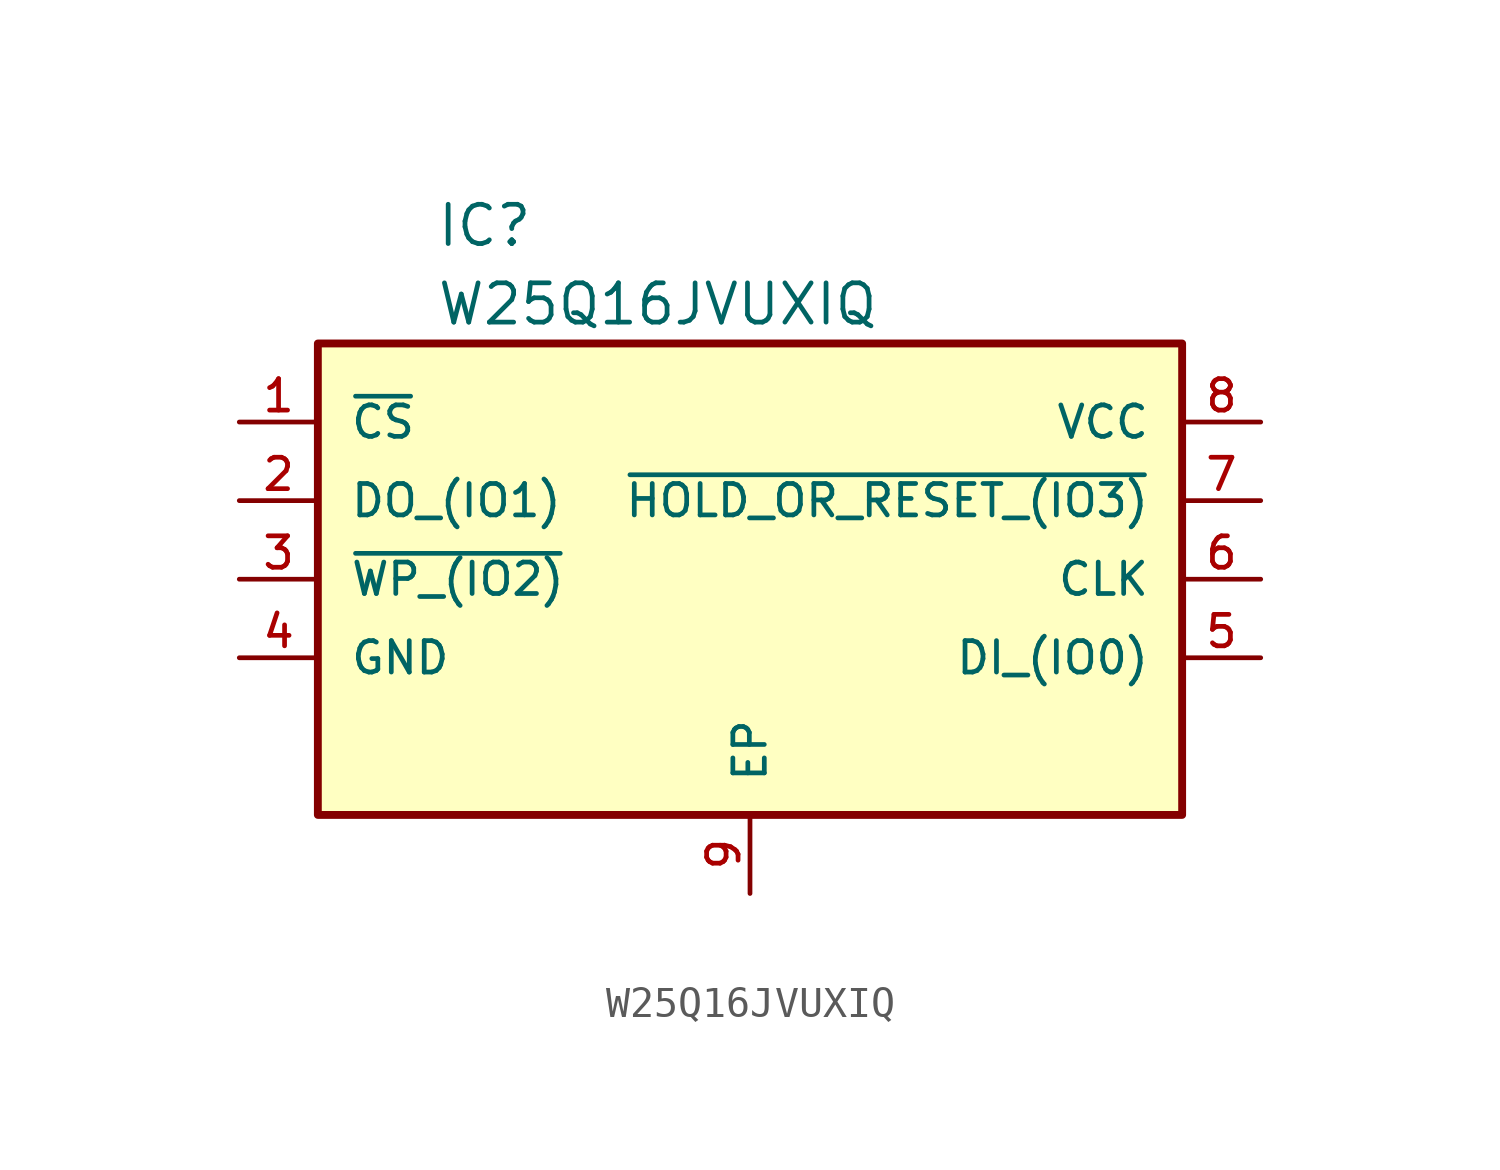
<source format=kicad_sym>
(kicad_symbol_lib
  (version 20231120)
  (generator "kicad_symbol_editor")
  (generator_version "8.0")
  (symbol "W25Q16JVUXIQ"
    (pin_names
      (offset 1.016))
    (property "Reference" "IC"
      (at 8.89 6.35 0)
      (effects (font (size 1.27 1.27)) (justify left)))
    (property "Value" "W25Q16JVUXIQ"
      (at 8.89 3.81 0)
      (effects (font (size 1.27 1.27)) (justify left)))
    (symbol "W25Q16JVUXIQ_0_0"
      (rectangle (start 5.08 2.54) (end 33.02 -12.7) (stroke (width 0.254) (type default)) (fill (type background))))
    (symbol "W25Q16JVUXIQ_1_0"
      (pin bidirectional line (at 2.54 0 0) (length 2.54) (name "~{CS}" (effects (font (size 1.016 1.016)))) (number "1" (effects (font (size 1.016 1.016)))))
      (pin bidirectional line (at 2.54 -2.54 0) (length 2.54) (name "DO_(IO1)" (effects (font (size 1.016 1.016)))) (number "2" (effects (font (size 1.016 1.016)))))
      (pin bidirectional line (at 2.54 -5.08 0) (length 2.54) (name "~{WP_(IO2)}" (effects (font (size 1.016 1.016)))) (number "3" (effects (font (size 1.016 1.016)))))
      (pin bidirectional line (at 2.54 -7.62 0) (length 2.54) (name "GND" (effects (font (size 1.016 1.016)))) (number "4" (effects (font (size 1.016 1.016)))))
      (pin bidirectional line (at 35.56 -7.62 180) (length 2.54) (name "DI_(IO0)" (effects (font (size 1.016 1.016)))) (number "5" (effects (font (size 1.016 1.016)))))
      (pin bidirectional line (at 35.56 -5.08 180) (length 2.54) (name "CLK" (effects (font (size 1.016 1.016)))) (number "6" (effects (font (size 1.016 1.016)))))
      (pin bidirectional line (at 35.56 -2.54 180) (length 2.54) (name "~{HOLD_OR_RESET_(IO3)}" (effects (font (size 1.016 1.016)))) (number "7" (effects (font (size 1.016 1.016)))))
      (pin bidirectional line (at 35.56 0 180) (length 2.54) (name "VCC" (effects (font (size 1.016 1.016)))) (number "8" (effects (font (size 1.016 1.016)))))
      (pin bidirectional line (at 19.05 -15.24 90) (length 2.54) (name "EP" (effects (font (size 1.016 1.016)))) (number "9" (effects (font (size 1.016 1.016))))))))
</source>
